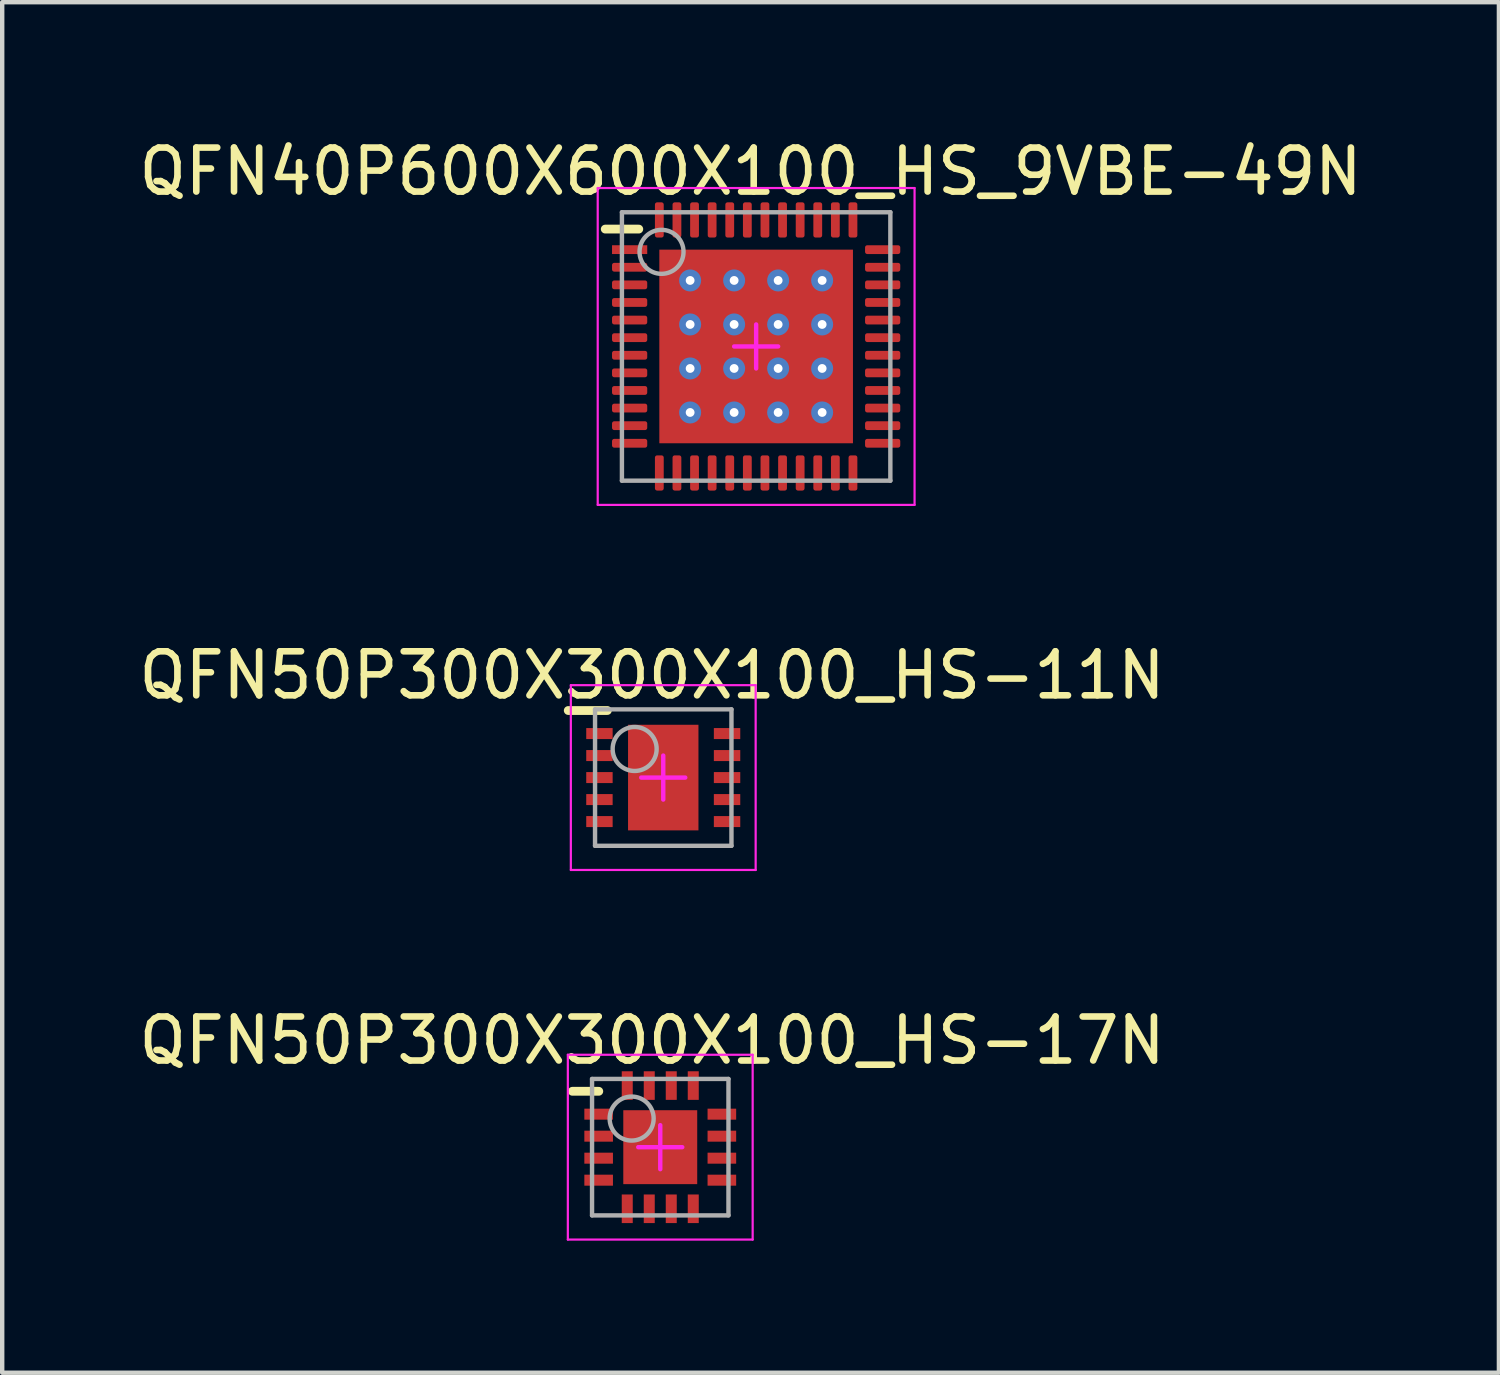
<source format=kicad_pcb>
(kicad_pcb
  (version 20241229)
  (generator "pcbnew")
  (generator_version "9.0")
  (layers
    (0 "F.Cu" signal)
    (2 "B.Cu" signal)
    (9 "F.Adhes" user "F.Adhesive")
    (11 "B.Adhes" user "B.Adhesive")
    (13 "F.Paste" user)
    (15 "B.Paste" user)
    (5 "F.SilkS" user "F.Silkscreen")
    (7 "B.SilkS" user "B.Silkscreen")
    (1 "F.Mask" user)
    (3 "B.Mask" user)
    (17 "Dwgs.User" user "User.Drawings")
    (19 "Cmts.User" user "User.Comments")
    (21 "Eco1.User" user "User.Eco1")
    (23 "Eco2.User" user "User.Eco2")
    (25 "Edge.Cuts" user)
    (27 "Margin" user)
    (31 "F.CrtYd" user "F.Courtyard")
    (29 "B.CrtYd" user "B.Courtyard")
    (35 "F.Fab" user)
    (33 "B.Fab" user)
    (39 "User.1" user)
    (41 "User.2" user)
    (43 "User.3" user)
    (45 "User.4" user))
  (footprint "QFN50P300X300X100_HS-11N"
    (layer "F.Cu")
    (at 12.022 14.62)
    (property "Reference" "QFN50P300X300X100_HS-11N" (at -0.255 -2.324 0) (layer "F.SilkS") (effects (font (size 1 1) (thickness 0.15))))
    (fp_line (start -2.159 -1.524) (end -1.27 -1.524) (stroke (width 0.2) (type solid)) (layer "F.SilkS"))
    (fp_line (start -2.1 -2.1) (end 2.1 -2.1) (stroke (width 0.05) (type solid)) (layer "F.CrtYd"))
    (fp_line (start -2.1 2.1) (end -2.1 -2.1) (stroke (width 0.05) (type solid)) (layer "F.CrtYd"))
    (fp_line (start -2.1 2.1) (end 2.1 2.1) (stroke (width 0.05) (type solid)) (layer "F.CrtYd"))
    (fp_line (start -0.5 0) (end 0.5 0) (stroke (width 0.1) (type solid)) (layer "F.CrtYd"))
    (fp_line (start 0 0.5) (end 0 -0.5) (stroke (width 0.1) (type solid)) (layer "F.CrtYd"))
    (fp_line (start 2.1 2.1) (end 2.1 -2.1) (stroke (width 0.05) (type solid)) (layer "F.CrtYd"))
    (fp_line (start -1.55 -1.55) (end 1.55 -1.55) (stroke (width 0.1) (type solid)) (layer "F.Fab"))
    (fp_line (start -1.55 1.55) (end -1.55 -1.55) (stroke (width 0.1) (type solid)) (layer "F.Fab"))
    (fp_line (start -1.55 1.55) (end 1.55 1.55) (stroke (width 0.1) (type solid)) (layer "F.Fab"))
    (fp_line (start 1.55 1.55) (end 1.55 -1.55) (stroke (width 0.1) (type solid)) (layer "F.Fab"))
    (fp_circle (center -0.65 -0.65) (end -0.65 -1.15) (stroke (width 0.1) (type solid)) (fill no) (layer "F.Fab"))
    (pad "1" smd rect (at -1.45 -1 90) (size 0.25 0.6) (layers "F.Cu" "F.Mask" "F.Paste"))
    (pad "2" smd rect (at -1.45 -0.5 90) (size 0.25 0.6) (layers "F.Cu" "F.Mask" "F.Paste"))
    (pad "3" smd rect (at -1.45 0 90) (size 0.25 0.6) (layers "F.Cu" "F.Mask" "F.Paste"))
    (pad "4" smd rect (at -1.45 0.5 90) (size 0.25 0.6) (layers "F.Cu" "F.Mask" "F.Paste"))
    (pad "5" smd rect (at -1.45 1 90) (size 0.25 0.6) (layers "F.Cu" "F.Mask" "F.Paste"))
    (pad "6" smd rect (at 1.45 1 90) (size 0.25 0.6) (layers "F.Cu" "F.Mask" "F.Paste"))
    (pad "7" smd rect (at 1.45 0.5 90) (size 0.25 0.6) (layers "F.Cu" "F.Mask" "F.Paste"))
    (pad "8" smd rect (at 1.45 0 90) (size 0.25 0.6) (layers "F.Cu" "F.Mask" "F.Paste"))
    (pad "9" smd rect (at 1.45 -0.5 90) (size 0.25 0.6) (layers "F.Cu" "F.Mask" "F.Paste"))
    (pad "10" smd rect (at 1.45 -1 90) (size 0.25 0.6) (layers "F.Cu" "F.Mask" "F.Paste"))
    (pad "11" smd rect (at 0 0) (size 1.6 2.4) (layers "F.Cu" "F.Mask" "F.Paste")))
  (footprint "QFN50P300X300X100_HS-17N"
    (layer "F.Cu")
    (at 11.954 23.019)
    (property "Reference" "QFN50P300X300X100_HS-17N" (at -0.186 -2.425 0) (layer "F.SilkS") (effects (font (size 1 1) (thickness 0.15))))
    (fp_line (start -1.997 -1.27) (end -1.397 -1.27) (stroke (width 0.2) (type solid)) (layer "F.SilkS"))
    (fp_rect (start -0.825 0.375) (end -0.375 0.825) (stroke (width 0) (type default)) (fill yes) (layer "F.Paste"))
    (fp_rect (start -0.375 -0.825) (end -0.825 -0.375) (stroke (width 0) (type default)) (fill yes) (layer "F.Paste"))
    (fp_rect (start -0.375 0.225) (end -0.825 -0.225) (stroke (width 0) (type default)) (fill yes) (layer "F.Paste"))
    (fp_rect (start -0.225 -0.375) (end 0.225 -0.825) (stroke (width 0) (type default)) (fill yes) (layer "F.Paste"))
    (fp_rect (start -0.225 0.225) (end 0.225 -0.225) (stroke (width 0) (type default)) (fill yes) (layer "F.Paste"))
    (fp_rect (start 0.225 0.375) (end -0.225 0.825) (stroke (width 0) (type default)) (fill yes) (layer "F.Paste"))
    (fp_rect (start 0.375 -0.225) (end 0.825 0.225) (stroke (width 0) (type default)) (fill yes) (layer "F.Paste"))
    (fp_rect (start 0.375 0.825) (end 0.825 0.375) (stroke (width 0) (type default)) (fill yes) (layer "F.Paste"))
    (fp_rect (start 0.825 -0.375) (end 0.375 -0.825) (stroke (width 0) (type default)) (fill yes) (layer "F.Paste"))
    (fp_line (start -2.1 -2.1) (end 2.1 -2.1) (stroke (width 0.05) (type solid)) (layer "F.CrtYd"))
    (fp_line (start -2.1 2.1) (end -2.1 -2.1) (stroke (width 0.05) (type solid)) (layer "F.CrtYd"))
    (fp_line (start -2.1 2.1) (end 2.1 2.1) (stroke (width 0.05) (type solid)) (layer "F.CrtYd"))
    (fp_line (start -0.5 0) (end 0.5 0) (stroke (width 0.1) (type solid)) (layer "F.CrtYd"))
    (fp_line (start 0 0.5) (end 0 -0.5) (stroke (width 0.1) (type solid)) (layer "F.CrtYd"))
    (fp_line (start 2.1 2.1) (end 2.1 -2.1) (stroke (width 0.05) (type solid)) (layer "F.CrtYd"))
    (fp_line (start -1.55 -1.55) (end 1.55 -1.55) (stroke (width 0.1) (type solid)) (layer "F.Fab"))
    (fp_line (start -1.55 1.55) (end -1.55 -1.55) (stroke (width 0.1) (type solid)) (layer "F.Fab"))
    (fp_line (start -1.55 1.55) (end 1.55 1.55) (stroke (width 0.1) (type solid)) (layer "F.Fab"))
    (fp_line (start 1.55 1.55) (end 1.55 -1.55) (stroke (width 0.1) (type solid)) (layer "F.Fab"))
    (fp_circle (center -0.65 -0.65) (end -0.65 -1.15) (stroke (width 0.1) (type solid)) (fill no) (layer "F.Fab"))
    (pad "1" smd rect (at -1.4 -0.75 90) (size 0.25 0.65) (layers "F.Cu" "F.Mask" "F.Paste"))
    (pad "2" smd rect (at -1.4 -0.25 90) (size 0.25 0.65) (layers "F.Cu" "F.Mask" "F.Paste"))
    (pad "3" smd rect (at -1.4 0.25 90) (size 0.25 0.65) (layers "F.Cu" "F.Mask" "F.Paste"))
    (pad "4" smd rect (at -1.4 0.75 90) (size 0.25 0.65) (layers "F.Cu" "F.Mask" "F.Paste"))
    (pad "5" smd rect (at -0.75 1.4) (size 0.25 0.65) (layers "F.Cu" "F.Mask" "F.Paste"))
    (pad "6" smd rect (at -0.25 1.4) (size 0.25 0.65) (layers "F.Cu" "F.Mask" "F.Paste"))
    (pad "7" smd rect (at 0.25 1.4) (size 0.25 0.65) (layers "F.Cu" "F.Mask" "F.Paste"))
    (pad "8" smd rect (at 0.75 1.4) (size 0.25 0.65) (layers "F.Cu" "F.Mask" "F.Paste"))
    (pad "9" smd rect (at 1.4 0.75 90) (size 0.25 0.65) (layers "F.Cu" "F.Mask" "F.Paste"))
    (pad "10" smd rect (at 1.4 0.25 90) (size 0.25 0.65) (layers "F.Cu" "F.Mask" "F.Paste"))
    (pad "11" smd rect (at 1.4 -0.25 90) (size 0.25 0.65) (layers "F.Cu" "F.Mask" "F.Paste"))
    (pad "12" smd rect (at 1.4 -0.75 90) (size 0.25 0.65) (layers "F.Cu" "F.Mask" "F.Paste"))
    (pad "13" smd rect (at 0.75 -1.4) (size 0.25 0.65) (layers "F.Cu" "F.Mask" "F.Paste"))
    (pad "14" smd rect (at 0.25 -1.4) (size 0.25 0.65) (layers "F.Cu" "F.Mask" "F.Paste"))
    (pad "15" smd rect (at -0.25 -1.4) (size 0.25 0.65) (layers "F.Cu" "F.Mask" "F.Paste"))
    (pad "16" smd rect (at -0.75 -1.4) (size 0.25 0.65) (layers "F.Cu" "F.Mask" "F.Paste"))
    (pad "17" smd rect (at 0 0) (size 1.68 1.68) (layers "F.Cu" "F.Mask" "F.Paste")))
  (footprint "QFN40P600X600X100_HS_9VBE-49N"
    (layer "F.Cu")
    (at 14.133 4.823)
    (property "Reference" "QFN40P600X600X100_HS_9VBE-49N" (at -0.127 -3.975 0) (layer "F.SilkS") (effects (font (size 1 1) (thickness 0.15))))
    (fp_line (start -3.429 -2.667) (end -2.667 -2.667) (stroke (width 0.2) (type solid)) (layer "F.SilkS"))
    (fp_rect (start -0.575 -0.575) (end -1.425 -1.425) (stroke (width 0) (type default)) (fill yes) (layer "F.Paste"))
    (fp_rect (start -0.575 -0.425) (end -1.425 0.425) (stroke (width 0) (type default)) (fill yes) (layer "F.Paste"))
    (fp_rect (start -0.575 0.575) (end -1.425 1.425) (stroke (width 0) (type default)) (fill yes) (layer "F.Paste"))
    (fp_rect (start -0.425 -0.425) (end 0.425 0.425) (stroke (width 0) (type default)) (fill yes) (layer "F.Paste"))
    (fp_rect (start -0.425 0.575) (end 0.425 1.425) (stroke (width 0) (type default)) (fill yes) (layer "F.Paste"))
    (fp_rect (start 0.425 -0.575) (end -0.425 -1.425) (stroke (width 0) (type default)) (fill yes) (layer "F.Paste"))
    (fp_rect (start 0.575 -0.575) (end 1.425 -1.425) (stroke (width 0) (type default)) (fill yes) (layer "F.Paste"))
    (fp_rect (start 0.575 -0.425) (end 1.425 0.425) (stroke (width 0) (type default)) (fill yes) (layer "F.Paste"))
    (fp_rect (start 0.575 0.575) (end 1.425 1.425) (stroke (width 0) (type default)) (fill yes) (layer "F.Paste"))
    (fp_poly (pts (xy -1.58 -1.42) (xy -2.2 -1.42) (xy -2.2 -0.58) (xy -1.58 -0.58)) (stroke (width 0) (type default)) (fill yes) (layer "F.Paste"))
    (fp_poly (pts (xy -1.58 0.42) (xy -2.2 0.42) (xy -2.2 -0.42) (xy -1.58 -0.42)) (stroke (width 0) (type default)) (fill yes) (layer "F.Paste"))
    (fp_poly (pts (xy -1.58 1.42) (xy -2.2 1.42) (xy -2.2 0.58) (xy -1.58 0.58)) (stroke (width 0) (type default)) (fill yes) (layer "F.Paste"))
    (fp_poly (pts (xy -1.42 -1.58) (xy -1.42 -2.2) (xy -0.58 -2.2) (xy -0.58 -1.58)) (stroke (width 0) (type default)) (fill yes) (layer "F.Paste"))
    (fp_poly (pts (xy -1.42 1.58) (xy -1.42 2.2) (xy -0.58 2.2) (xy -0.58 1.58)) (stroke (width 0) (type default)) (fill yes) (layer "F.Paste"))
    (fp_poly (pts (xy -0.42 -1.58) (xy -0.42 -2.2) (xy 0.42 -2.2) (xy 0.42 -1.58)) (stroke (width 0) (type default)) (fill yes) (layer "F.Paste"))
    (fp_poly (pts (xy 0.42 1.58) (xy 0.42 2.2) (xy -0.42 2.2) (xy -0.42 1.58)) (stroke (width 0) (type default)) (fill yes) (layer "F.Paste"))
    (fp_poly (pts (xy 1.42 -1.58) (xy 1.42 -2.2) (xy 0.58 -2.2) (xy 0.58 -1.58)) (stroke (width 0) (type default)) (fill yes) (layer "F.Paste"))
    (fp_poly (pts (xy 1.42 1.58) (xy 1.42 2.2) (xy 0.58 2.2) (xy 0.58 1.58)) (stroke (width 0) (type default)) (fill yes) (layer "F.Paste"))
    (fp_poly (pts (xy 1.58 -1.42) (xy 2.2 -1.42) (xy 2.2 -0.58) (xy 1.58 -0.58)) (stroke (width 0) (type default)) (fill yes) (layer "F.Paste"))
    (fp_poly (pts (xy 1.58 0.42) (xy 2.2 0.42) (xy 2.2 -0.42) (xy 1.58 -0.42)) (stroke (width 0) (type default)) (fill yes) (layer "F.Paste"))
    (fp_poly (pts (xy 1.58 1.42) (xy 2.2 1.42) (xy 2.2 0.58) (xy 1.58 0.58)) (stroke (width 0) (type default)) (fill yes) (layer "F.Paste"))
    (fp_poly (pts (xy -2.2 -1.8) (xy -2.2 -2.2) (xy -1.58 -2.2) (xy -1.58 -1.58) (xy -2.2 -1.58)) (stroke (width 0) (type default)) (fill yes) (layer "F.Paste"))
    (fp_poly (pts (xy -1.8 2.2) (xy -2.2 2.2) (xy -2.2 1.58) (xy -1.58 1.58) (xy -1.58 2.2)) (stroke (width 0) (type default)) (fill yes) (layer "F.Paste"))
    (fp_poly (pts (xy 1.8 -2.2) (xy 2.2 -2.2) (xy 2.2 -1.58) (xy 1.58 -1.58) (xy 1.58 -2.2)) (stroke (width 0) (type default)) (fill yes) (layer "F.Paste"))
    (fp_poly (pts (xy 2.2 1.8) (xy 2.2 2.2) (xy 1.58 2.2) (xy 1.58 1.58) (xy 2.2 1.58)) (stroke (width 0) (type default)) (fill yes) (layer "F.Paste"))
    (fp_line (start -3.6 -3.6) (end 3.6 -3.6) (stroke (width 0.05) (type solid)) (layer "F.CrtYd"))
    (fp_line (start -3.6 3.6) (end -3.6 -3.6) (stroke (width 0.05) (type solid)) (layer "F.CrtYd"))
    (fp_line (start -3.6 3.6) (end 3.6 3.6) (stroke (width 0.05) (type solid)) (layer "F.CrtYd"))
    (fp_line (start -0.5 0) (end 0.5 0) (stroke (width 0.1) (type solid)) (layer "F.CrtYd"))
    (fp_line (start 0 0.5) (end 0 -0.5) (stroke (width 0.1) (type solid)) (layer "F.CrtYd"))
    (fp_line (start 3.6 3.6) (end 3.6 -3.6) (stroke (width 0.05) (type solid)) (layer "F.CrtYd"))
    (fp_line (start -3.05 -3.05) (end 3.05 -3.05) (stroke (width 0.1) (type solid)) (layer "F.Fab"))
    (fp_line (start -3.05 3.05) (end -3.05 -3.05) (stroke (width 0.1) (type solid)) (layer "F.Fab"))
    (fp_line (start -3.05 3.05) (end 3.05 3.05) (stroke (width 0.1) (type solid)) (layer "F.Fab"))
    (fp_line (start 3.05 3.05) (end 3.05 -3.05) (stroke (width 0.1) (type solid)) (layer "F.Fab"))
    (fp_circle (center -2.15 -2.15) (end -2.15 -2.65) (stroke (width 0.1) (type solid)) (fill no) (layer "F.Fab"))
    (pad "1" smd rect (at -2.875 -2.2 90) (size 0.2 0.8) (layers "F.Cu" "F.Mask" "F.Paste"))
    (pad "2" smd roundrect (at -2.875 -1.8 90) (size 0.2 0.8) (layers "F.Cu" "F.Mask" "F.Paste") (roundrect_rratio 0.25))
    (pad "3" smd roundrect (at -2.875 -1.4 90) (size 0.2 0.8) (layers "F.Cu" "F.Mask" "F.Paste") (roundrect_rratio 0.25))
    (pad "4" smd roundrect (at -2.875 -1 90) (size 0.2 0.8) (layers "F.Cu" "F.Mask" "F.Paste") (roundrect_rratio 0.25))
    (pad "5" smd roundrect (at -2.875 -0.6 90) (size 0.2 0.8) (layers "F.Cu" "F.Mask" "F.Paste") (roundrect_rratio 0.25))
    (pad "6" smd roundrect (at -2.875 -0.2 90) (size 0.2 0.8) (layers "F.Cu" "F.Mask" "F.Paste") (roundrect_rratio 0.25))
    (pad "7" smd roundrect (at -2.875 0.2 90) (size 0.2 0.8) (layers "F.Cu" "F.Mask" "F.Paste") (roundrect_rratio 0.25))
    (pad "8" smd roundrect (at -2.875 0.6 90) (size 0.2 0.8) (layers "F.Cu" "F.Mask" "F.Paste") (roundrect_rratio 0.25))
    (pad "9" smd roundrect (at -2.875 1 90) (size 0.2 0.8) (layers "F.Cu" "F.Mask" "F.Paste") (roundrect_rratio 0.25))
    (pad "10" smd roundrect (at -2.875 1.4 90) (size 0.2 0.8) (layers "F.Cu" "F.Mask" "F.Paste") (roundrect_rratio 0.25))
    (pad "11" smd roundrect (at -2.875 1.8 90) (size 0.2 0.8) (layers "F.Cu" "F.Mask" "F.Paste") (roundrect_rratio 0.25))
    (pad "12" smd roundrect (at -2.875 2.2 90) (size 0.2 0.8) (layers "F.Cu" "F.Mask" "F.Paste") (roundrect_rratio 0.25))
    (pad "13" smd roundrect (at -2.2 2.875) (size 0.2 0.8) (layers "F.Cu" "F.Mask" "F.Paste") (roundrect_rratio 0.25))
    (pad "14" smd roundrect (at -1.8 2.875) (size 0.2 0.8) (layers "F.Cu" "F.Mask" "F.Paste") (roundrect_rratio 0.25))
    (pad "15" smd roundrect (at -1.4 2.875) (size 0.2 0.8) (layers "F.Cu" "F.Mask" "F.Paste") (roundrect_rratio 0.25))
    (pad "16" smd roundrect (at -1 2.875) (size 0.2 0.8) (layers "F.Cu" "F.Mask" "F.Paste") (roundrect_rratio 0.25))
    (pad "17" smd roundrect (at -0.6 2.875) (size 0.2 0.8) (layers "F.Cu" "F.Mask" "F.Paste") (roundrect_rratio 0.25))
    (pad "18" smd roundrect (at -0.2 2.875) (size 0.2 0.8) (layers "F.Cu" "F.Mask" "F.Paste") (roundrect_rratio 0.25))
    (pad "19" smd roundrect (at 0.2 2.875) (size 0.2 0.8) (layers "F.Cu" "F.Mask" "F.Paste") (roundrect_rratio 0.25))
    (pad "20" smd roundrect (at 0.6 2.875) (size 0.2 0.8) (layers "F.Cu" "F.Mask" "F.Paste") (roundrect_rratio 0.25))
    (pad "21" smd roundrect (at 1 2.875) (size 0.2 0.8) (layers "F.Cu" "F.Mask" "F.Paste") (roundrect_rratio 0.25))
    (pad "22" smd roundrect (at 1.4 2.875) (size 0.2 0.8) (layers "F.Cu" "F.Mask" "F.Paste") (roundrect_rratio 0.25))
    (pad "23" smd roundrect (at 1.8 2.875) (size 0.2 0.8) (layers "F.Cu" "F.Mask" "F.Paste") (roundrect_rratio 0.25))
    (pad "24" smd roundrect (at 2.2 2.875) (size 0.2 0.8) (layers "F.Cu" "F.Mask" "F.Paste") (roundrect_rratio 0.25))
    (pad "25" smd roundrect (at 2.875 2.2 90) (size 0.2 0.8) (layers "F.Cu" "F.Mask" "F.Paste") (roundrect_rratio 0.25))
    (pad "26" smd roundrect (at 2.875 1.8 90) (size 0.2 0.8) (layers "F.Cu" "F.Mask" "F.Paste") (roundrect_rratio 0.25))
    (pad "27" smd roundrect (at 2.875 1.4 90) (size 0.2 0.8) (layers "F.Cu" "F.Mask" "F.Paste") (roundrect_rratio 0.25))
    (pad "28" smd roundrect (at 2.875 1 90) (size 0.2 0.8) (layers "F.Cu" "F.Mask" "F.Paste") (roundrect_rratio 0.25))
    (pad "29" smd roundrect (at 2.875 0.6 90) (size 0.2 0.8) (layers "F.Cu" "F.Mask" "F.Paste") (roundrect_rratio 0.25))
    (pad "30" smd roundrect (at 2.875 0.2 90) (size 0.2 0.8) (layers "F.Cu" "F.Mask" "F.Paste") (roundrect_rratio 0.25))
    (pad "31" smd roundrect (at 2.875 -0.2 90) (size 0.2 0.8) (layers "F.Cu" "F.Mask" "F.Paste") (roundrect_rratio 0.25))
    (pad "32" smd roundrect (at 2.875 -0.6 90) (size 0.2 0.8) (layers "F.Cu" "F.Mask" "F.Paste") (roundrect_rratio 0.25))
    (pad "33" smd roundrect (at 2.875 -1 90) (size 0.2 0.8) (layers "F.Cu" "F.Mask" "F.Paste") (roundrect_rratio 0.25))
    (pad "34" smd roundrect (at 2.875 -1.4 90) (size 0.2 0.8) (layers "F.Cu" "F.Mask" "F.Paste") (roundrect_rratio 0.25))
    (pad "35" smd roundrect (at 2.875 -1.8 90) (size 0.2 0.8) (layers "F.Cu" "F.Mask" "F.Paste") (roundrect_rratio 0.25))
    (pad "36" smd roundrect (at 2.875 -2.2 90) (size 0.2 0.8) (layers "F.Cu" "F.Mask" "F.Paste") (roundrect_rratio 0.25))
    (pad "37" smd roundrect (at 2.2 -2.875) (size 0.2 0.8) (layers "F.Cu" "F.Mask" "F.Paste") (roundrect_rratio 0.25))
    (pad "38" smd roundrect (at 1.8 -2.875) (size 0.2 0.8) (layers "F.Cu" "F.Mask" "F.Paste") (roundrect_rratio 0.25))
    (pad "39" smd roundrect (at 1.4 -2.875) (size 0.2 0.8) (layers "F.Cu" "F.Mask" "F.Paste") (roundrect_rratio 0.25))
    (pad "40" smd roundrect (at 1 -2.875) (size 0.2 0.8) (layers "F.Cu" "F.Mask" "F.Paste") (roundrect_rratio 0.25))
    (pad "41" smd roundrect (at 0.6 -2.875) (size 0.2 0.8) (layers "F.Cu" "F.Mask" "F.Paste") (roundrect_rratio 0.25))
    (pad "42" smd roundrect (at 0.2 -2.875) (size 0.2 0.8) (layers "F.Cu" "F.Mask" "F.Paste") (roundrect_rratio 0.25))
    (pad "43" smd roundrect (at -0.2 -2.875) (size 0.2 0.8) (layers "F.Cu" "F.Mask" "F.Paste") (roundrect_rratio 0.25))
    (pad "44" smd roundrect (at -0.6 -2.875) (size 0.2 0.8) (layers "F.Cu" "F.Mask" "F.Paste") (roundrect_rratio 0.25))
    (pad "45" smd roundrect (at -1 -2.875) (size 0.2 0.8) (layers "F.Cu" "F.Mask" "F.Paste") (roundrect_rratio 0.25))
    (pad "46" smd roundrect (at -1.4 -2.875) (size 0.2 0.8) (layers "F.Cu" "F.Mask" "F.Paste") (roundrect_rratio 0.25))
    (pad "47" smd roundrect (at -1.8 -2.875) (size 0.2 0.8) (layers "F.Cu" "F.Mask" "F.Paste") (roundrect_rratio 0.25))
    (pad "48" smd roundrect (at -2.2 -2.875) (size 0.2 0.8) (layers "F.Cu" "F.Mask" "F.Paste") (roundrect_rratio 0.25))
    (pad "49" thru_hole circle (at -1.5 -1.5) (size 0.5 0.5) (drill 0.2) (layers "*.Cu" "*.Mask"))
    (pad "49" thru_hole circle (at -1.5 -0.5) (size 0.5 0.5) (drill 0.2) (layers "*.Cu" "*.Mask"))
    (pad "49" thru_hole circle (at -1.5 0.5) (size 0.5 0.5) (drill 0.2) (layers "*.Cu" "*.Mask"))
    (pad "49" thru_hole circle (at -1.5 1.5) (size 0.5 0.5) (drill 0.2) (layers "*.Cu" "*.Mask"))
    (pad "49" thru_hole circle (at -0.5 -1.5) (size 0.5 0.5) (drill 0.2) (layers "*.Cu" "*.Mask"))
    (pad "49" thru_hole circle (at -0.5 -0.5) (size 0.5 0.5) (drill 0.2) (layers "*.Cu" "*.Mask"))
    (pad "49" thru_hole circle (at -0.5 0.5) (size 0.5 0.5) (drill 0.2) (layers "*.Cu" "*.Mask"))
    (pad "49" thru_hole circle (at -0.5 1.5) (size 0.5 0.5) (drill 0.2) (layers "*.Cu" "*.Mask"))
    (pad "49" smd rect (at 0 0) (size 4.4 4.4) (layers "F.Cu" "F.Mask" "F.Paste"))
    (pad "49" thru_hole circle (at 0.5 -1.5) (size 0.5 0.5) (drill 0.2) (layers "*.Cu" "*.Mask"))
    (pad "49" thru_hole circle (at 0.5 -0.5) (size 0.5 0.5) (drill 0.2) (layers "*.Cu" "*.Mask"))
    (pad "49" thru_hole circle (at 0.5 0.5) (size 0.5 0.5) (drill 0.2) (layers "*.Cu" "*.Mask"))
    (pad "49" thru_hole circle (at 0.5 1.5) (size 0.5 0.5) (drill 0.2) (layers "*.Cu" "*.Mask"))
    (pad "49" thru_hole circle (at 1.5 -1.5) (size 0.5 0.5) (drill 0.2) (layers "*.Cu" "*.Mask"))
    (pad "49" thru_hole circle (at 1.5 -0.5) (size 0.5 0.5) (drill 0.2) (layers "*.Cu" "*.Mask"))
    (pad "49" thru_hole circle (at 1.5 0.5) (size 0.5 0.5) (drill 0.2) (layers "*.Cu" "*.Mask"))
    (pad "49" thru_hole circle (at 1.5 1.5) (size 0.5 0.5) (drill 0.2) (layers "*.Cu" "*.Mask")))
  (gr_rect
    (start -3 -3)
    (end 31.012 28.144)
    (stroke (width 0.1) (type default))
    (fill no)
    (layer "Edge.Cuts")))
</source>
